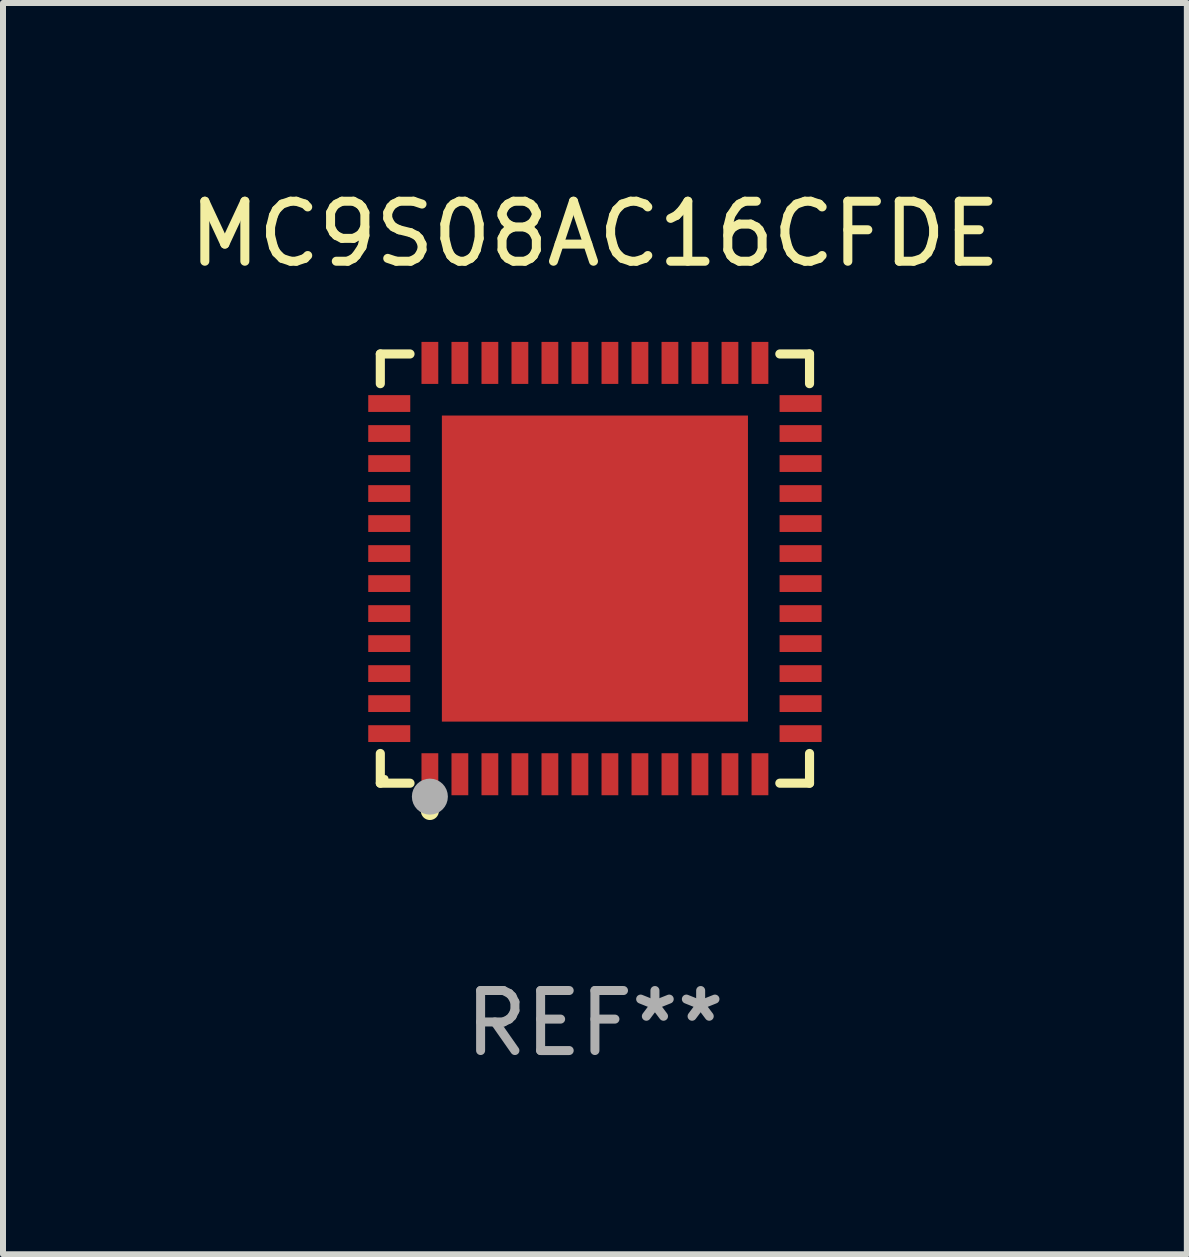
<source format=kicad_pcb>
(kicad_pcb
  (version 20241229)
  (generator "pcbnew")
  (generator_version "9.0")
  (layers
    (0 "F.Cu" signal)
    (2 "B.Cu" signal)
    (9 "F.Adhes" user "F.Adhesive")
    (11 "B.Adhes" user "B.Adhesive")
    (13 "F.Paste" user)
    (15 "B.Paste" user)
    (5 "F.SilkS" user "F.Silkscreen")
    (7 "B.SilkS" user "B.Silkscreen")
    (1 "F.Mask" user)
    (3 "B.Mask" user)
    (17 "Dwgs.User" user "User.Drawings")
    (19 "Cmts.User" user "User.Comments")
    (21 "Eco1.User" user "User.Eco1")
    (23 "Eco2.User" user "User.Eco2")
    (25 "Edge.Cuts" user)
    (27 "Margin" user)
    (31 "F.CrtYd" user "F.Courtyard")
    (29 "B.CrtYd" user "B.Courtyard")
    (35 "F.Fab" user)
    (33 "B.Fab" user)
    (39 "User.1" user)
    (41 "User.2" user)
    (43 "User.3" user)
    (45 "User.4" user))
  (footprint "MC9S08AC16CFDE"
    (layer "F.Cu")
    (at 6.863 6.424)
    (property "Reference" "MC9S08AC16CFDE" (at 0 -5.576 0) (layer "F.SilkS") (effects (font (size 1 1) (thickness 0.15))))
    (attr through_hole)
    (fp_line (start -3.576 -3.576) (end -3.081 -3.576) (stroke (width 0.152) (type solid)) (layer "F.SilkS"))
    (fp_line (start -3.576 -3.081) (end -3.576 -3.576) (stroke (width 0.152) (type solid)) (layer "F.SilkS"))
    (fp_line (start -3.576 3.081) (end -3.576 3.576) (stroke (width 0.152) (type solid)) (layer "F.SilkS"))
    (fp_line (start -3.576 3.576) (end -3.081 3.576) (stroke (width 0.152) (type solid)) (layer "F.SilkS"))
    (fp_line (start 3.576 -3.576) (end 3.081 -3.576) (stroke (width 0.152) (type solid)) (layer "F.SilkS"))
    (fp_line (start 3.576 -3.081) (end 3.576 -3.576) (stroke (width 0.152) (type solid)) (layer "F.SilkS"))
    (fp_line (start 3.576 3.081) (end 3.576 3.576) (stroke (width 0.152) (type solid)) (layer "F.SilkS"))
    (fp_line (start 3.576 3.576) (end 3.081 3.576) (stroke (width 0.152) (type solid)) (layer "F.SilkS"))
    (fp_circle (center -3.5 3.5) (end -3.47 3.5) (stroke (width 0.06) (type solid)) (fill no) (layer "F.SilkS"))
    (fp_circle (center -2.75 4.04) (end -2.675 4.04) (stroke (width 0.15) (type solid)) (fill no) (layer "F.SilkS"))
    (fp_circle (center -2.75 3.8) (end -2.6 3.8) (stroke (width 0.3) (type solid)) (fill no) (layer "F.Fab"))
    (fp_text user "REF**" (at 0 7.576 0) (layer "F.Fab") (effects (font (size 1 1) (thickness 0.15))))
    (pad "1" smd rect (at -2.75 3.427) (size 0.28 0.7) (layers "F.Cu" "F.Mask" "F.Paste"))
    (pad "2" smd rect (at -2.25 3.427) (size 0.28 0.7) (layers "F.Cu" "F.Mask" "F.Paste"))
    (pad "3" smd rect (at -1.75 3.427) (size 0.28 0.7) (layers "F.Cu" "F.Mask" "F.Paste"))
    (pad "4" smd rect (at -1.25 3.427) (size 0.28 0.7) (layers "F.Cu" "F.Mask" "F.Paste"))
    (pad "5" smd rect (at -0.75 3.427) (size 0.28 0.7) (layers "F.Cu" "F.Mask" "F.Paste"))
    (pad "6" smd rect (at -0.25 3.427) (size 0.28 0.7) (layers "F.Cu" "F.Mask" "F.Paste"))
    (pad "7" smd rect (at 0.25 3.427) (size 0.28 0.7) (layers "F.Cu" "F.Mask" "F.Paste"))
    (pad "8" smd rect (at 0.75 3.427) (size 0.28 0.7) (layers "F.Cu" "F.Mask" "F.Paste"))
    (pad "9" smd rect (at 1.25 3.427) (size 0.28 0.7) (layers "F.Cu" "F.Mask" "F.Paste"))
    (pad "10" smd rect (at 1.75 3.427) (size 0.28 0.7) (layers "F.Cu" "F.Mask" "F.Paste"))
    (pad "11" smd rect (at 2.25 3.427) (size 0.28 0.7) (layers "F.Cu" "F.Mask" "F.Paste"))
    (pad "12" smd rect (at 2.75 3.427) (size 0.28 0.7) (layers "F.Cu" "F.Mask" "F.Paste"))
    (pad "13" smd rect (at 3.427 2.75) (size 0.7 0.28) (layers "F.Cu" "F.Mask" "F.Paste"))
    (pad "14" smd rect (at 3.427 2.25) (size 0.7 0.28) (layers "F.Cu" "F.Mask" "F.Paste"))
    (pad "15" smd rect (at 3.427 1.75) (size 0.7 0.28) (layers "F.Cu" "F.Mask" "F.Paste"))
    (pad "16" smd rect (at 3.427 1.25) (size 0.7 0.28) (layers "F.Cu" "F.Mask" "F.Paste"))
    (pad "17" smd rect (at 3.427 0.75) (size 0.7 0.28) (layers "F.Cu" "F.Mask" "F.Paste"))
    (pad "18" smd rect (at 3.427 0.25) (size 0.7 0.28) (layers "F.Cu" "F.Mask" "F.Paste"))
    (pad "19" smd rect (at 3.427 -0.25) (size 0.7 0.28) (layers "F.Cu" "F.Mask" "F.Paste"))
    (pad "20" smd rect (at 3.427 -0.75) (size 0.7 0.28) (layers "F.Cu" "F.Mask" "F.Paste"))
    (pad "21" smd rect (at 3.427 -1.25) (size 0.7 0.28) (layers "F.Cu" "F.Mask" "F.Paste"))
    (pad "22" smd rect (at 3.427 -1.75) (size 0.7 0.28) (layers "F.Cu" "F.Mask" "F.Paste"))
    (pad "23" smd rect (at 3.427 -2.25) (size 0.7 0.28) (layers "F.Cu" "F.Mask" "F.Paste"))
    (pad "24" smd rect (at 3.427 -2.75) (size 0.7 0.28) (layers "F.Cu" "F.Mask" "F.Paste"))
    (pad "25" smd rect (at 2.75 -3.427) (size 0.28 0.7) (layers "F.Cu" "F.Mask" "F.Paste"))
    (pad "26" smd rect (at 2.25 -3.427) (size 0.28 0.7) (layers "F.Cu" "F.Mask" "F.Paste"))
    (pad "27" smd rect (at 1.75 -3.427) (size 0.28 0.7) (layers "F.Cu" "F.Mask" "F.Paste"))
    (pad "28" smd rect (at 1.25 -3.427) (size 0.28 0.7) (layers "F.Cu" "F.Mask" "F.Paste"))
    (pad "29" smd rect (at 0.75 -3.427) (size 0.28 0.7) (layers "F.Cu" "F.Mask" "F.Paste"))
    (pad "30" smd rect (at 0.25 -3.427) (size 0.28 0.7) (layers "F.Cu" "F.Mask" "F.Paste"))
    (pad "31" smd rect (at -0.25 -3.427) (size 0.28 0.7) (layers "F.Cu" "F.Mask" "F.Paste"))
    (pad "32" smd rect (at -0.75 -3.427) (size 0.28 0.7) (layers "F.Cu" "F.Mask" "F.Paste"))
    (pad "33" smd rect (at -1.25 -3.427) (size 0.28 0.7) (layers "F.Cu" "F.Mask" "F.Paste"))
    (pad "34" smd rect (at -1.75 -3.427) (size 0.28 0.7) (layers "F.Cu" "F.Mask" "F.Paste"))
    (pad "35" smd rect (at -2.25 -3.427) (size 0.28 0.7) (layers "F.Cu" "F.Mask" "F.Paste"))
    (pad "36" smd rect (at -2.75 -3.427) (size 0.28 0.7) (layers "F.Cu" "F.Mask" "F.Paste"))
    (pad "37" smd rect (at -3.427 -2.75) (size 0.7 0.28) (layers "F.Cu" "F.Mask" "F.Paste"))
    (pad "38" smd rect (at -3.427 -2.25) (size 0.7 0.28) (layers "F.Cu" "F.Mask" "F.Paste"))
    (pad "39" smd rect (at -3.427 -1.75) (size 0.7 0.28) (layers "F.Cu" "F.Mask" "F.Paste"))
    (pad "40" smd rect (at -3.427 -1.25) (size 0.7 0.28) (layers "F.Cu" "F.Mask" "F.Paste"))
    (pad "41" smd rect (at -3.427 -0.75) (size 0.7 0.28) (layers "F.Cu" "F.Mask" "F.Paste"))
    (pad "42" smd rect (at -3.427 -0.25) (size 0.7 0.28) (layers "F.Cu" "F.Mask" "F.Paste"))
    (pad "43" smd rect (at -3.427 0.25) (size 0.7 0.28) (layers "F.Cu" "F.Mask" "F.Paste"))
    (pad "44" smd rect (at -3.427 0.75) (size 0.7 0.28) (layers "F.Cu" "F.Mask" "F.Paste"))
    (pad "45" smd rect (at -3.427 1.25) (size 0.7 0.28) (layers "F.Cu" "F.Mask" "F.Paste"))
    (pad "46" smd rect (at -3.427 1.75) (size 0.7 0.28) (layers "F.Cu" "F.Mask" "F.Paste"))
    (pad "47" smd rect (at -3.427 2.25) (size 0.7 0.28) (layers "F.Cu" "F.Mask" "F.Paste"))
    (pad "48" smd rect (at -3.427 2.75) (size 0.7 0.28) (layers "F.Cu" "F.Mask" "F.Paste"))
    (pad "49" smd rect (at 0 0) (size 5.1 5.1) (layers "F.Cu" "F.Mask" "F.Paste")))
  (gr_rect
    (start -3 -3)
    (end 16.726 17.849)
    (stroke (width 0.1) (type default))
    (fill no)
    (layer "Edge.Cuts")))
</source>
